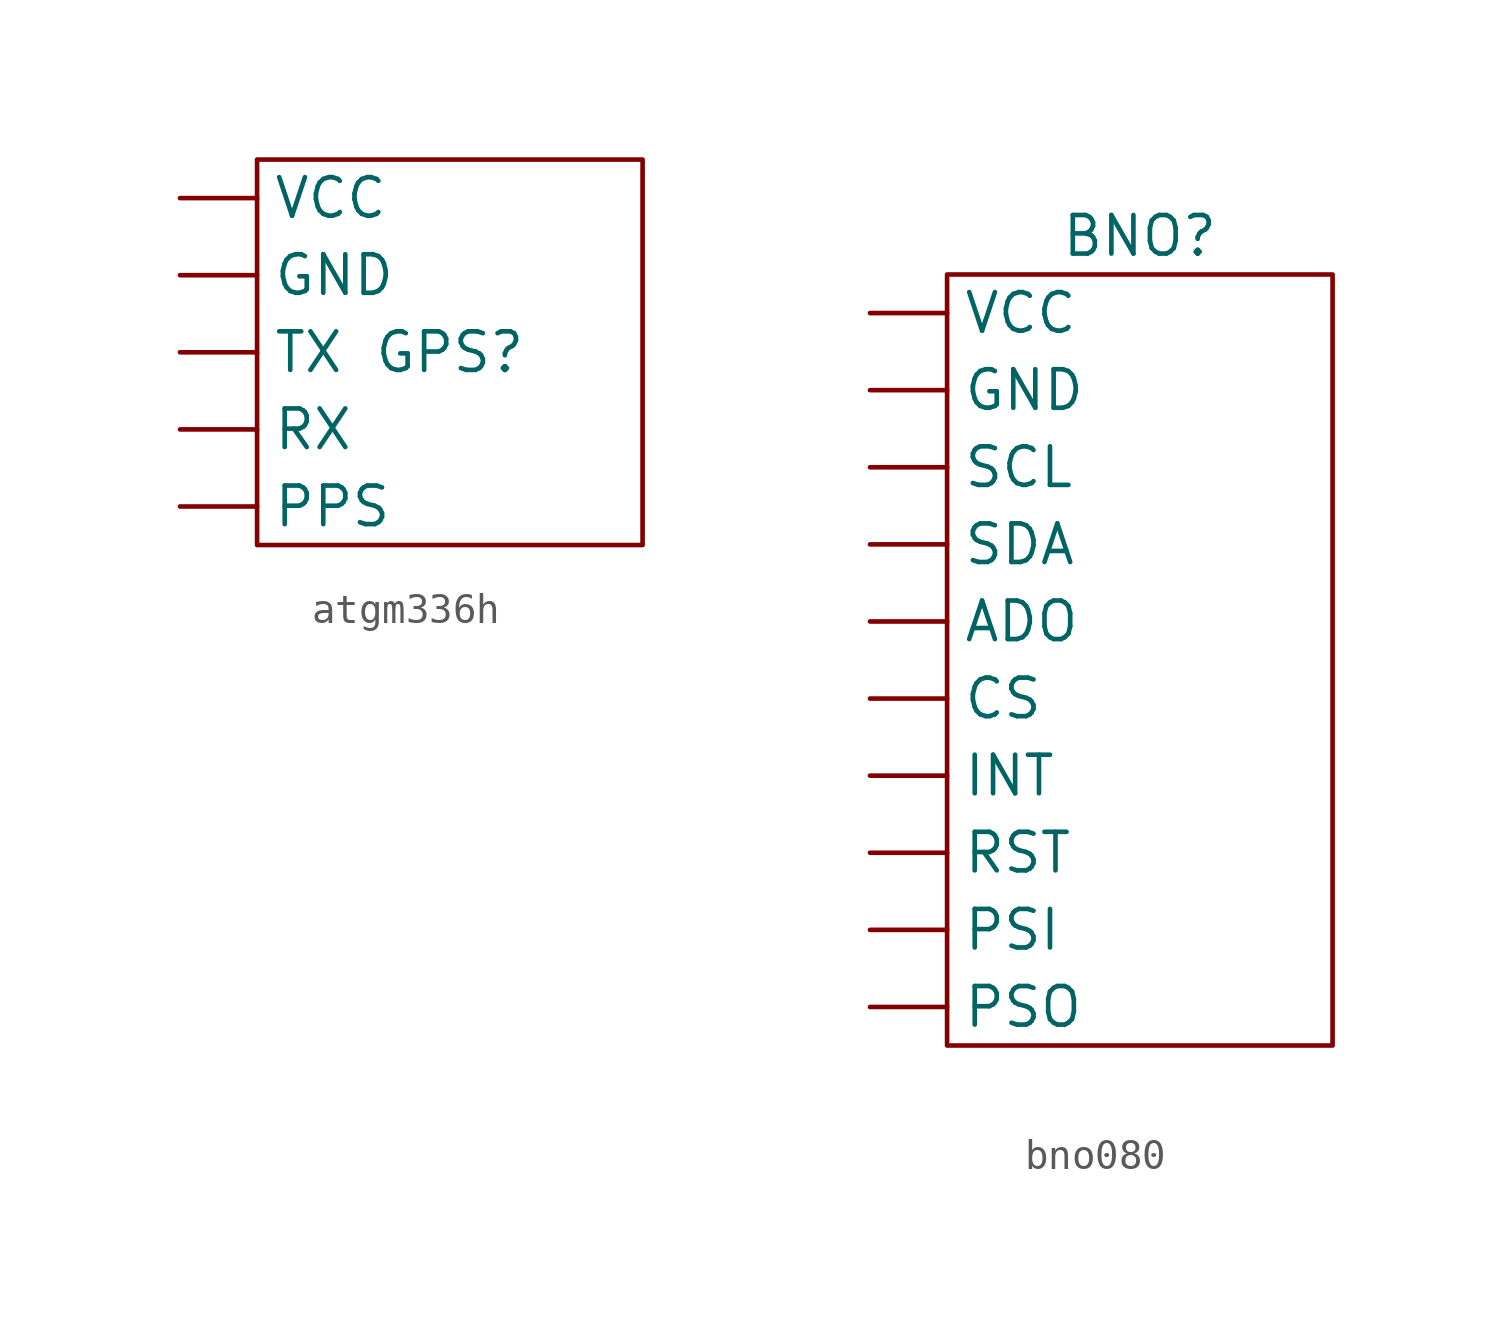
<source format=kicad_sym>
(kicad_symbol_lib
  (version 20220914)
  (generator kicad_symbol_editor)
  (symbol "atgm336h"
    (property "Reference" "GPS"
      (at 0 0 0)
      (effects (font (size 1.27 1.27))))
    (property "Value" ""
      (at 0 0 0)
      (effects (font (size 1.27 1.27))))
    (symbol "atgm336h_0_1"
      (rectangle (start -6.35 6.35) (end 6.35 -6.35) (stroke (width 0) (type default)) (fill (type none))))
    (symbol "atgm336h_1_1"
      (pin unspecified line (at -8.89 2.54 0) (length 2.54) (name "GND" (effects (font (size 1.27 1.27)))) (number "" (effects (font (size 1.27 1.27)))))
      (pin unspecified line (at -8.89 -5.08 0) (length 2.54) (name "PPS" (effects (font (size 1.27 1.27)))) (number "" (effects (font (size 1.27 1.27)))))
      (pin unspecified line (at -8.89 -2.54 0) (length 2.54) (name "RX" (effects (font (size 1.27 1.27)))) (number "" (effects (font (size 1.27 1.27)))))
      (pin unspecified line (at -8.89 0 0) (length 2.54) (name "TX" (effects (font (size 1.27 1.27)))) (number "" (effects (font (size 1.27 1.27)))))
      (pin unspecified line (at -8.89 5.08 0) (length 2.54) (name "VCC" (effects (font (size 1.27 1.27)))) (number "" (effects (font (size 1.27 1.27)))))))
  (symbol "bno080"
    (property "Reference" "BNO"
      (at 0 13.97 0)
      (effects (font (size 1.27 1.27))))
    (property "Value" ""
      (at 0 0 0)
      (effects (font (size 1.27 1.27))))
    (symbol "bno080_0_1"
      (rectangle (start -6.35 12.7) (end 6.35 -12.7) (stroke (width 0) (type default)) (fill (type none))))
    (symbol "bno080_1_1"
      (pin unspecified line (at -8.89 1.27 0) (length 2.54) (name "ADO" (effects (font (size 1.27 1.27)))) (number "" (effects (font (size 1.27 1.27)))))
      (pin unspecified line (at -8.89 -1.27 0) (length 2.54) (name "CS" (effects (font (size 1.27 1.27)))) (number "" (effects (font (size 1.27 1.27)))))
      (pin unspecified line (at -8.89 8.89 0) (length 2.54) (name "GND" (effects (font (size 1.27 1.27)))) (number "" (effects (font (size 1.27 1.27)))))
      (pin unspecified line (at -8.89 -3.81 0) (length 2.54) (name "INT" (effects (font (size 1.27 1.27)))) (number "" (effects (font (size 1.27 1.27)))))
      (pin unspecified line (at -8.89 -8.89 0) (length 2.54) (name "PSI" (effects (font (size 1.27 1.27)))) (number "" (effects (font (size 1.27 1.27)))))
      (pin unspecified line (at -8.89 -11.43 0) (length 2.54) (name "PSO" (effects (font (size 1.27 1.27)))) (number "" (effects (font (size 1.27 1.27)))))
      (pin unspecified line (at -8.89 -6.35 0) (length 2.54) (name "RST" (effects (font (size 1.27 1.27)))) (number "" (effects (font (size 1.27 1.27)))))
      (pin unspecified line (at -8.89 6.35 0) (length 2.54) (name "SCL" (effects (font (size 1.27 1.27)))) (number "" (effects (font (size 1.27 1.27)))))
      (pin unspecified line (at -8.89 3.81 0) (length 2.54) (name "SDA" (effects (font (size 1.27 1.27)))) (number "" (effects (font (size 1.27 1.27)))))
      (pin unspecified line (at -8.89 11.43 0) (length 2.54) (name "VCC" (effects (font (size 1.27 1.27)))) (number "" (effects (font (size 1.27 1.27))))))))
</source>
